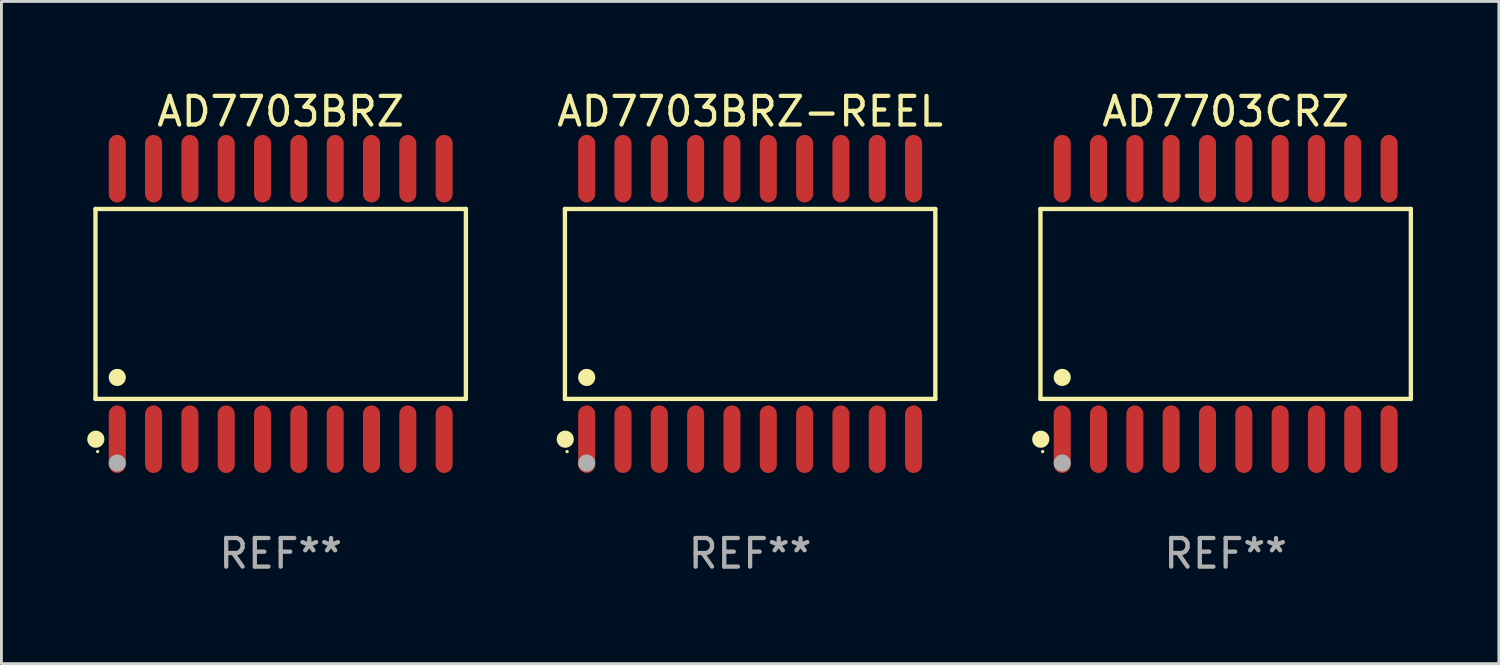
<source format=kicad_pcb>
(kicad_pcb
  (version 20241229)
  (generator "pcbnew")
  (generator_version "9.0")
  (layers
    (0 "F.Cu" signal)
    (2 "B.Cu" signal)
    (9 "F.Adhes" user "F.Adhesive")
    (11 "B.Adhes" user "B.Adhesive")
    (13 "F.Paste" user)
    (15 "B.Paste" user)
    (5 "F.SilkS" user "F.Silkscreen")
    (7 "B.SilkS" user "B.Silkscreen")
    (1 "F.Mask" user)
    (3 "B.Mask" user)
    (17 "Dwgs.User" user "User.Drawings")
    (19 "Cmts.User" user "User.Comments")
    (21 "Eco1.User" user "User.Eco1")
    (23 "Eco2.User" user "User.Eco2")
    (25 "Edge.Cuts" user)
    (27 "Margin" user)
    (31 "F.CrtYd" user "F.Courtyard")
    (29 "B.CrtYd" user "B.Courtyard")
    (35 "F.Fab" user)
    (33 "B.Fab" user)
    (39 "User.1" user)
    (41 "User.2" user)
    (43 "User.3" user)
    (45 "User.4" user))
  (footprint "AD7703BRZ"
    (layer "F.Cu")
    (at 6.765 7.578)
    (property "Reference" "AD7703BRZ" (at 0 -6.73 0) (layer "F.SilkS") (effects (font (size 1 1) (thickness 0.15))))
    (attr through_hole)
    (fp_line (start -6.476 -3.321) (end 6.476 -3.321) (stroke (width 0.152) (type solid)) (layer "F.SilkS"))
    (fp_line (start -6.476 3.321) (end -6.476 -3.321) (stroke (width 0.152) (type solid)) (layer "F.SilkS"))
    (fp_line (start 6.476 -3.321) (end 6.476 3.321) (stroke (width 0.152) (type solid)) (layer "F.SilkS"))
    (fp_line (start 6.476 3.321) (end -6.476 3.321) (stroke (width 0.152) (type solid)) (layer "F.SilkS"))
    (fp_circle (center -6.465 4.73) (end -6.315 4.73) (stroke (width 0.3) (type solid)) (fill no) (layer "F.SilkS"))
    (fp_circle (center -6.4 5.163) (end -6.37 5.163) (stroke (width 0.06) (type solid)) (fill no) (layer "F.SilkS"))
    (fp_circle (center -5.715 2.569) (end -5.565 2.569) (stroke (width 0.3) (type solid)) (fill no) (layer "F.SilkS"))
    (fp_circle (center -5.715 5.563) (end -5.565 5.563) (stroke (width 0.3) (type solid)) (fill no) (layer "F.Fab"))
    (fp_text user "REF**" (at 0 8.73 0) (layer "F.Fab") (effects (font (size 1 1) (thickness 0.15))))
    (pad "1" smd oval (at -5.715 4.73) (size 0.595 2.36) (layers "F.Cu" "F.Mask" "F.Paste"))
    (pad "2" smd oval (at -4.445 4.73) (size 0.595 2.36) (layers "F.Cu" "F.Mask" "F.Paste"))
    (pad "3" smd oval (at -3.175 4.73) (size 0.595 2.36) (layers "F.Cu" "F.Mask" "F.Paste"))
    (pad "4" smd oval (at -1.905 4.73) (size 0.595 2.36) (layers "F.Cu" "F.Mask" "F.Paste"))
    (pad "5" smd oval (at -0.635 4.73) (size 0.595 2.36) (layers "F.Cu" "F.Mask" "F.Paste"))
    (pad "6" smd oval (at 0.635 4.73) (size 0.595 2.36) (layers "F.Cu" "F.Mask" "F.Paste"))
    (pad "7" smd oval (at 1.905 4.73) (size 0.595 2.36) (layers "F.Cu" "F.Mask" "F.Paste"))
    (pad "8" smd oval (at 3.175 4.73) (size 0.595 2.36) (layers "F.Cu" "F.Mask" "F.Paste"))
    (pad "9" smd oval (at 4.445 4.73) (size 0.595 2.36) (layers "F.Cu" "F.Mask" "F.Paste"))
    (pad "10" smd oval (at 5.715 4.73) (size 0.595 2.36) (layers "F.Cu" "F.Mask" "F.Paste"))
    (pad "11" smd oval (at 5.715 -4.73) (size 0.595 2.36) (layers "F.Cu" "F.Mask" "F.Paste"))
    (pad "12" smd oval (at 4.445 -4.73) (size 0.595 2.36) (layers "F.Cu" "F.Mask" "F.Paste"))
    (pad "13" smd oval (at 3.175 -4.73) (size 0.595 2.36) (layers "F.Cu" "F.Mask" "F.Paste"))
    (pad "14" smd oval (at 1.905 -4.73) (size 0.595 2.36) (layers "F.Cu" "F.Mask" "F.Paste"))
    (pad "15" smd oval (at 0.635 -4.73) (size 0.595 2.36) (layers "F.Cu" "F.Mask" "F.Paste"))
    (pad "16" smd oval (at -0.635 -4.73) (size 0.595 2.36) (layers "F.Cu" "F.Mask" "F.Paste"))
    (pad "17" smd oval (at -1.905 -4.73) (size 0.595 2.36) (layers "F.Cu" "F.Mask" "F.Paste"))
    (pad "18" smd oval (at -3.175 -4.73) (size 0.595 2.36) (layers "F.Cu" "F.Mask" "F.Paste"))
    (pad "19" smd oval (at -4.445 -4.73) (size 0.595 2.36) (layers "F.Cu" "F.Mask" "F.Paste"))
    (pad "20" smd oval (at -5.715 -4.73) (size 0.595 2.36) (layers "F.Cu" "F.Mask" "F.Paste")))
  (footprint "AD7703BRZ-REEL"
    (layer "F.Cu")
    (at 23.18 7.578)
    (property "Reference" "AD7703BRZ-REEL" (at 0 -6.73 0) (layer "F.SilkS") (effects (font (size 1 1) (thickness 0.15))))
    (attr through_hole)
    (fp_line (start -6.476 -3.321) (end 6.476 -3.321) (stroke (width 0.152) (type solid)) (layer "F.SilkS"))
    (fp_line (start -6.476 3.321) (end -6.476 -3.321) (stroke (width 0.152) (type solid)) (layer "F.SilkS"))
    (fp_line (start 6.476 -3.321) (end 6.476 3.321) (stroke (width 0.152) (type solid)) (layer "F.SilkS"))
    (fp_line (start 6.476 3.321) (end -6.476 3.321) (stroke (width 0.152) (type solid)) (layer "F.SilkS"))
    (fp_circle (center -6.465 4.73) (end -6.315 4.73) (stroke (width 0.3) (type solid)) (fill no) (layer "F.SilkS"))
    (fp_circle (center -6.4 5.163) (end -6.37 5.163) (stroke (width 0.06) (type solid)) (fill no) (layer "F.SilkS"))
    (fp_circle (center -5.715 2.569) (end -5.565 2.569) (stroke (width 0.3) (type solid)) (fill no) (layer "F.SilkS"))
    (fp_circle (center -5.715 5.563) (end -5.565 5.563) (stroke (width 0.3) (type solid)) (fill no) (layer "F.Fab"))
    (fp_text user "REF**" (at 0 8.73 0) (layer "F.Fab") (effects (font (size 1 1) (thickness 0.15))))
    (pad "1" smd oval (at -5.715 4.73) (size 0.595 2.36) (layers "F.Cu" "F.Mask" "F.Paste"))
    (pad "2" smd oval (at -4.445 4.73) (size 0.595 2.36) (layers "F.Cu" "F.Mask" "F.Paste"))
    (pad "3" smd oval (at -3.175 4.73) (size 0.595 2.36) (layers "F.Cu" "F.Mask" "F.Paste"))
    (pad "4" smd oval (at -1.905 4.73) (size 0.595 2.36) (layers "F.Cu" "F.Mask" "F.Paste"))
    (pad "5" smd oval (at -0.635 4.73) (size 0.595 2.36) (layers "F.Cu" "F.Mask" "F.Paste"))
    (pad "6" smd oval (at 0.635 4.73) (size 0.595 2.36) (layers "F.Cu" "F.Mask" "F.Paste"))
    (pad "7" smd oval (at 1.905 4.73) (size 0.595 2.36) (layers "F.Cu" "F.Mask" "F.Paste"))
    (pad "8" smd oval (at 3.175 4.73) (size 0.595 2.36) (layers "F.Cu" "F.Mask" "F.Paste"))
    (pad "9" smd oval (at 4.445 4.73) (size 0.595 2.36) (layers "F.Cu" "F.Mask" "F.Paste"))
    (pad "10" smd oval (at 5.715 4.73) (size 0.595 2.36) (layers "F.Cu" "F.Mask" "F.Paste"))
    (pad "11" smd oval (at 5.715 -4.73) (size 0.595 2.36) (layers "F.Cu" "F.Mask" "F.Paste"))
    (pad "12" smd oval (at 4.445 -4.73) (size 0.595 2.36) (layers "F.Cu" "F.Mask" "F.Paste"))
    (pad "13" smd oval (at 3.175 -4.73) (size 0.595 2.36) (layers "F.Cu" "F.Mask" "F.Paste"))
    (pad "14" smd oval (at 1.905 -4.73) (size 0.595 2.36) (layers "F.Cu" "F.Mask" "F.Paste"))
    (pad "15" smd oval (at 0.635 -4.73) (size 0.595 2.36) (layers "F.Cu" "F.Mask" "F.Paste"))
    (pad "16" smd oval (at -0.635 -4.73) (size 0.595 2.36) (layers "F.Cu" "F.Mask" "F.Paste"))
    (pad "17" smd oval (at -1.905 -4.73) (size 0.595 2.36) (layers "F.Cu" "F.Mask" "F.Paste"))
    (pad "18" smd oval (at -3.175 -4.73) (size 0.595 2.36) (layers "F.Cu" "F.Mask" "F.Paste"))
    (pad "19" smd oval (at -4.445 -4.73) (size 0.595 2.36) (layers "F.Cu" "F.Mask" "F.Paste"))
    (pad "20" smd oval (at -5.715 -4.73) (size 0.595 2.36) (layers "F.Cu" "F.Mask" "F.Paste")))
  (footprint "AD7703CRZ"
    (layer "F.Cu")
    (at 39.808 7.578)
    (property "Reference" "AD7703CRZ" (at 0 -6.73 0) (layer "F.SilkS") (effects (font (size 1 1) (thickness 0.15))))
    (attr through_hole)
    (fp_line (start -6.476 -3.321) (end 6.476 -3.321) (stroke (width 0.152) (type solid)) (layer "F.SilkS"))
    (fp_line (start -6.476 3.321) (end -6.476 -3.321) (stroke (width 0.152) (type solid)) (layer "F.SilkS"))
    (fp_line (start 6.476 -3.321) (end 6.476 3.321) (stroke (width 0.152) (type solid)) (layer "F.SilkS"))
    (fp_line (start 6.476 3.321) (end -6.476 3.321) (stroke (width 0.152) (type solid)) (layer "F.SilkS"))
    (fp_circle (center -6.465 4.73) (end -6.315 4.73) (stroke (width 0.3) (type solid)) (fill no) (layer "F.SilkS"))
    (fp_circle (center -6.4 5.163) (end -6.37 5.163) (stroke (width 0.06) (type solid)) (fill no) (layer "F.SilkS"))
    (fp_circle (center -5.715 2.569) (end -5.565 2.569) (stroke (width 0.3) (type solid)) (fill no) (layer "F.SilkS"))
    (fp_circle (center -5.715 5.563) (end -5.565 5.563) (stroke (width 0.3) (type solid)) (fill no) (layer "F.Fab"))
    (fp_text user "REF**" (at 0 8.73 0) (layer "F.Fab") (effects (font (size 1 1) (thickness 0.15))))
    (pad "1" smd oval (at -5.715 4.73) (size 0.595 2.36) (layers "F.Cu" "F.Mask" "F.Paste"))
    (pad "2" smd oval (at -4.445 4.73) (size 0.595 2.36) (layers "F.Cu" "F.Mask" "F.Paste"))
    (pad "3" smd oval (at -3.175 4.73) (size 0.595 2.36) (layers "F.Cu" "F.Mask" "F.Paste"))
    (pad "4" smd oval (at -1.905 4.73) (size 0.595 2.36) (layers "F.Cu" "F.Mask" "F.Paste"))
    (pad "5" smd oval (at -0.635 4.73) (size 0.595 2.36) (layers "F.Cu" "F.Mask" "F.Paste"))
    (pad "6" smd oval (at 0.635 4.73) (size 0.595 2.36) (layers "F.Cu" "F.Mask" "F.Paste"))
    (pad "7" smd oval (at 1.905 4.73) (size 0.595 2.36) (layers "F.Cu" "F.Mask" "F.Paste"))
    (pad "8" smd oval (at 3.175 4.73) (size 0.595 2.36) (layers "F.Cu" "F.Mask" "F.Paste"))
    (pad "9" smd oval (at 4.445 4.73) (size 0.595 2.36) (layers "F.Cu" "F.Mask" "F.Paste"))
    (pad "10" smd oval (at 5.715 4.73) (size 0.595 2.36) (layers "F.Cu" "F.Mask" "F.Paste"))
    (pad "11" smd oval (at 5.715 -4.73) (size 0.595 2.36) (layers "F.Cu" "F.Mask" "F.Paste"))
    (pad "12" smd oval (at 4.445 -4.73) (size 0.595 2.36) (layers "F.Cu" "F.Mask" "F.Paste"))
    (pad "13" smd oval (at 3.175 -4.73) (size 0.595 2.36) (layers "F.Cu" "F.Mask" "F.Paste"))
    (pad "14" smd oval (at 1.905 -4.73) (size 0.595 2.36) (layers "F.Cu" "F.Mask" "F.Paste"))
    (pad "15" smd oval (at 0.635 -4.73) (size 0.595 2.36) (layers "F.Cu" "F.Mask" "F.Paste"))
    (pad "16" smd oval (at -0.635 -4.73) (size 0.595 2.36) (layers "F.Cu" "F.Mask" "F.Paste"))
    (pad "17" smd oval (at -1.905 -4.73) (size 0.595 2.36) (layers "F.Cu" "F.Mask" "F.Paste"))
    (pad "18" smd oval (at -3.175 -4.73) (size 0.595 2.36) (layers "F.Cu" "F.Mask" "F.Paste"))
    (pad "19" smd oval (at -4.445 -4.73) (size 0.595 2.36) (layers "F.Cu" "F.Mask" "F.Paste"))
    (pad "20" smd oval (at -5.715 -4.73) (size 0.595 2.36) (layers "F.Cu" "F.Mask" "F.Paste")))
  (gr_rect
    (start -3 -3)
    (end 49.361 20.156)
    (stroke (width 0.1) (type default))
    (fill no)
    (layer "Edge.Cuts")))
</source>
